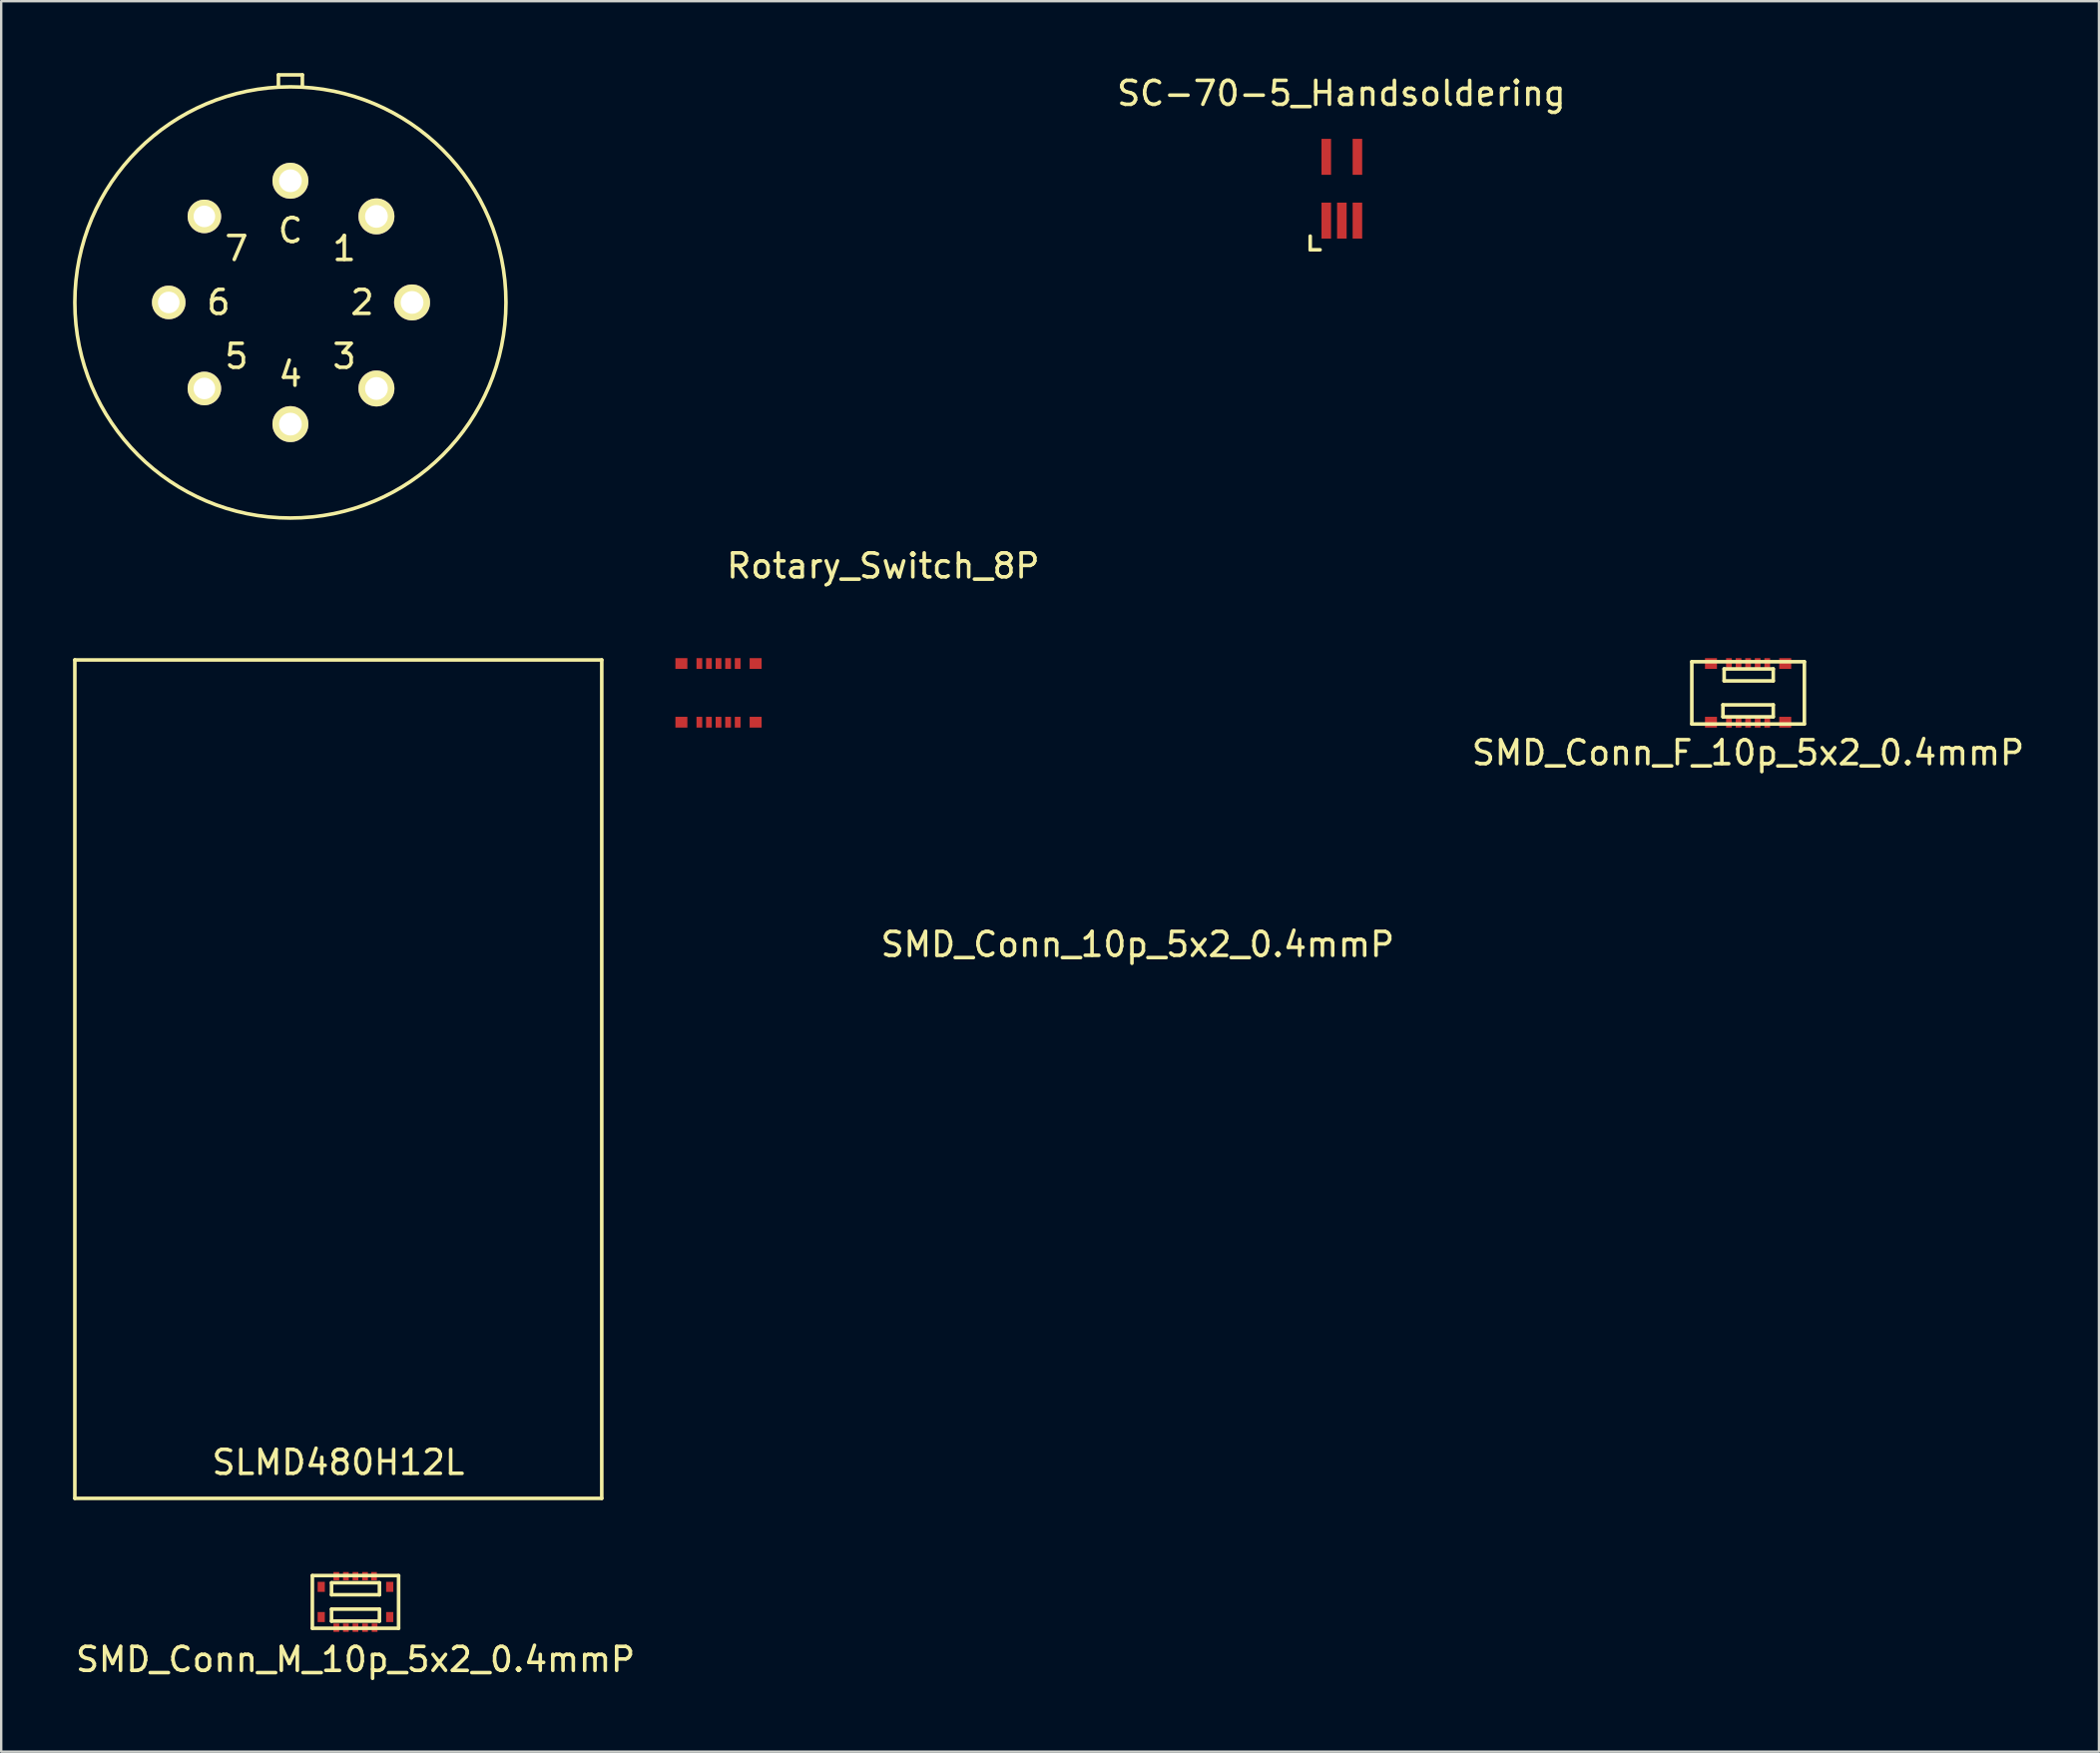
<source format=kicad_pcb>
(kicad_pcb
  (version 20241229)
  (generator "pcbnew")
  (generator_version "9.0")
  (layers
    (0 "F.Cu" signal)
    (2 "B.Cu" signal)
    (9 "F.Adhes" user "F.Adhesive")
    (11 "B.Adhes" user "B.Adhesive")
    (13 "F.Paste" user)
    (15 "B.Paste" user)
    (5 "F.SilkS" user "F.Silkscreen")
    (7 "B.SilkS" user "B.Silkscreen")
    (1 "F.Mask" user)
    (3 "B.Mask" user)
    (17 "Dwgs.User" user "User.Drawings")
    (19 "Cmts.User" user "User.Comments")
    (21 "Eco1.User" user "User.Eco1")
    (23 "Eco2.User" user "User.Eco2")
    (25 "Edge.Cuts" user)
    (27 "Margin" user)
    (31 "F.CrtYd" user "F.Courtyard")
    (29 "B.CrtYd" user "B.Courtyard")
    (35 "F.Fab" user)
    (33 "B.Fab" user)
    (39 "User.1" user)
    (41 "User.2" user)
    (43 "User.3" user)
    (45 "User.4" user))
  (footprint "SMD_Conn_10p_5x2_0.4mmP"
    (layer "F.Cu")
    (at 26.95 25.873)
    (property "Reference" "SMD_Conn_10p_5x2_0.4mmP" (at 17.5 10.5 0) (layer "F.SilkS") (effects (font (size 1 1) (thickness 0.15))))
    (attr through_hole)
    (pad "1" smd rect (at -0.8 1.225) (size 0.24 0.45) (layers "F.Cu" "F.Mask" "F.Paste"))
    (pad "2" smd rect (at -0.8 -1.225) (size 0.24 0.45) (layers "F.Cu" "F.Mask" "F.Paste"))
    (pad "3" smd rect (at -0.4 1.225) (size 0.24 0.45) (layers "F.Cu" "F.Mask" "F.Paste"))
    (pad "4" smd rect (at -0.4 -1.225) (size 0.24 0.45) (layers "F.Cu" "F.Mask" "F.Paste"))
    (pad "5" smd rect (at 0 1.225) (size 0.24 0.45) (layers "F.Cu" "F.Mask" "F.Paste"))
    (pad "6" smd rect (at 0 -1.225) (size 0.24 0.45) (layers "F.Cu" "F.Mask" "F.Paste"))
    (pad "7" smd rect (at 0.4 1.225) (size 0.24 0.45) (layers "F.Cu" "F.Mask" "F.Paste"))
    (pad "8" smd rect (at 0.4 -1.225) (size 0.24 0.45) (layers "F.Cu" "F.Mask" "F.Paste"))
    (pad "9" smd rect (at 0.8 1.225) (size 0.24 0.45) (layers "F.Cu" "F.Mask" "F.Paste"))
    (pad "10" smd rect (at 0.8 -1.225) (size 0.24 0.45) (layers "F.Cu" "F.Mask" "F.Paste"))
    (pad "11" smd rect (at -1.55 -1.225) (size 0.5 0.45) (layers "F.Cu" "F.Mask" "F.Paste"))
    (pad "11" smd rect (at 1.55 1.225) (size 0.5 0.45) (layers "F.Cu" "F.Mask" "F.Paste"))
    (pad "12" smd rect (at -1.55 1.225) (size 0.5 0.45) (layers "F.Cu" "F.Mask" "F.Paste"))
    (pad "12" smd rect (at 1.55 -1.225) (size 0.5 0.45) (layers "F.Cu" "F.Mask" "F.Paste")))
  (footprint "SLMD480H12L"
    (layer "F.Cu")
    (at 11.075 41.998)
    (property "Reference" "SLMD480H12L" (at 0 16 0) (layer "F.SilkS") (effects (font (size 1 1) (thickness 0.15))))
    (attr through_hole)
    (fp_line (start -11 -17.5) (end 11 -17.5) (stroke (width 0.15) (type solid)) (layer "F.SilkS"))
    (fp_line (start -11 17.5) (end -11 -17.5) (stroke (width 0.15) (type solid)) (layer "F.SilkS"))
    (fp_line (start 11 -17.5) (end 11 17.5) (stroke (width 0.15) (type solid)) (layer "F.SilkS"))
    (fp_line (start 11 17.5) (end -11 17.5) (stroke (width 0.15) (type solid)) (layer "F.SilkS")))
  (footprint "SC-70-5_Handsoldering"
    (layer "F.Cu")
    (at 52.976 4.828)
    (property "Reference" "SC-70-5_Handsoldering" (at -0.02 -3.98 0) (layer "F.SilkS") (effects (font (size 1 1) (thickness 0.15))))
    (attr smd)
    (fp_line (start -1.321 1.979) (end -1.321 2.548) (stroke (width 0.15) (type solid)) (layer "F.SilkS"))
    (fp_line (start -1.321 2.548) (end -0.909 2.548) (stroke (width 0.15) (type solid)) (layer "F.SilkS"))
    (pad "1" smd rect (at -0.65 1.331) (size 0.399 1.501) (layers "F.Cu" "F.Mask" "F.Paste"))
    (pad "2" smd rect (at 0 1.331) (size 0.399 1.501) (layers "F.Cu" "F.Mask" "F.Paste"))
    (pad "3" smd rect (at 0.65 1.331) (size 0.399 1.501) (layers "F.Cu" "F.Mask" "F.Paste"))
    (pad "4" smd rect (at 0.65 -1.331) (size 0.399 1.501) (layers "F.Cu" "F.Mask" "F.Paste"))
    (pad "5" smd rect (at -0.65 -1.331) (size 0.399 1.501) (layers "F.Cu" "F.Mask" "F.Paste")))
  (footprint "SMD_Conn_F_10p_5x2_0.4mmP"
    (layer "F.Cu")
    (at 69.938 25.873)
    (property "Reference" "SMD_Conn_F_10p_5x2_0.4mmP" (at 0 2.5 0) (layer "F.SilkS") (effects (font (size 1 1) (thickness 0.15))))
    (attr through_hole)
    (fp_line (start -2.35 -1.3) (end -2.35 1.3) (stroke (width 0.15) (type solid)) (layer "F.SilkS"))
    (fp_line (start -2.35 1.3) (end 2.35 1.3) (stroke (width 0.15) (type solid)) (layer "F.SilkS"))
    (fp_line (start -1.05 0.5) (end 1.05 0.5) (stroke (width 0.15) (type solid)) (layer "F.SilkS"))
    (fp_line (start -1.05 1) (end -1.05 0.5) (stroke (width 0.15) (type solid)) (layer "F.SilkS"))
    (fp_line (start -1 -1) (end -1 -0.5) (stroke (width 0.15) (type solid)) (layer "F.SilkS"))
    (fp_line (start -1 -0.5) (end 1.05 -0.5) (stroke (width 0.15) (type solid)) (layer "F.SilkS"))
    (fp_line (start 1.05 -1) (end -1 -1) (stroke (width 0.15) (type solid)) (layer "F.SilkS"))
    (fp_line (start 1.05 -0.5) (end 1.05 -1) (stroke (width 0.15) (type solid)) (layer "F.SilkS"))
    (fp_line (start 1.05 0.5) (end 1.05 1) (stroke (width 0.15) (type solid)) (layer "F.SilkS"))
    (fp_line (start 1.05 1) (end -1.05 1) (stroke (width 0.15) (type solid)) (layer "F.SilkS"))
    (fp_line (start 2.35 -1.3) (end -2.35 -1.3) (stroke (width 0.15) (type solid)) (layer "F.SilkS"))
    (fp_line (start 2.35 1.3) (end 2.35 -1.3) (stroke (width 0.15) (type solid)) (layer "F.SilkS"))
    (pad "1" smd rect (at -0.8 1.225) (size 0.24 0.45) (layers "F.Cu" "F.Mask" "F.Paste"))
    (pad "2" smd rect (at -0.8 -1.225) (size 0.24 0.45) (layers "F.Cu" "F.Mask" "F.Paste"))
    (pad "3" smd rect (at -0.4 1.225) (size 0.24 0.45) (layers "F.Cu" "F.Mask" "F.Paste"))
    (pad "4" smd rect (at -0.4 -1.225) (size 0.24 0.45) (layers "F.Cu" "F.Mask" "F.Paste"))
    (pad "5" smd rect (at 0 1.225) (size 0.24 0.45) (layers "F.Cu" "F.Mask" "F.Paste"))
    (pad "6" smd rect (at 0 -1.225) (size 0.24 0.45) (layers "F.Cu" "F.Mask" "F.Paste"))
    (pad "7" smd rect (at 0.4 1.225) (size 0.24 0.45) (layers "F.Cu" "F.Mask" "F.Paste"))
    (pad "8" smd rect (at 0.4 -1.225) (size 0.24 0.45) (layers "F.Cu" "F.Mask" "F.Paste"))
    (pad "9" smd rect (at 0.8 1.225) (size 0.24 0.45) (layers "F.Cu" "F.Mask" "F.Paste"))
    (pad "10" smd rect (at 0.8 -1.225) (size 0.24 0.45) (layers "F.Cu" "F.Mask" "F.Paste"))
    (pad "11" smd rect (at -1.55 -1.225) (size 0.5 0.45) (layers "F.Cu" "F.Mask" "F.Paste"))
    (pad "11" smd rect (at 1.55 1.225) (size 0.5 0.45) (layers "F.Cu" "F.Mask" "F.Paste"))
    (pad "12" smd rect (at -1.55 1.225) (size 0.5 0.45) (layers "F.Cu" "F.Mask" "F.Paste"))
    (pad "12" smd rect (at 1.55 -1.225) (size 0.5 0.45) (layers "F.Cu" "F.Mask" "F.Paste")))
  (footprint "Rotary_Switch_8P"
    (layer "F.Cu")
    (at 9.075 9.575)
    (property "Reference" "Rotary_Switch_8P" (at 24.75 11 0) (layer "F.SilkS") (effects (font (size 1 1) (thickness 0.15))))
    (attr through_hole)
    (fp_line (start -0.5 -9.5) (end 0.5 -9.5) (stroke (width 0.15) (type solid)) (layer "F.SilkS"))
    (fp_line (start -0.5 -9) (end -0.5 -9.5) (stroke (width 0.15) (type solid)) (layer "F.SilkS"))
    (fp_line (start 0.5 -9.5) (end 0.5 -9) (stroke (width 0.15) (type solid)) (layer "F.SilkS"))
    (fp_circle (center 0 0) (end 9 0) (stroke (width 0.15) (type solid)) (fill no) (layer "F.SilkS"))
    (fp_text user "2" (at 3 0 0) (layer "F.SilkS") (effects (font (size 1 1) (thickness 0.15))))
    (fp_text user "5" (at -2.25 2.25 0) (layer "F.SilkS") (effects (font (size 1 1) (thickness 0.15))))
    (fp_text user "C" (at 0 -3 0) (layer "F.SilkS") (effects (font (size 1 1) (thickness 0.15))))
    (fp_text user "7" (at -2.25 -2.25 0) (layer "F.SilkS") (effects (font (size 1 1) (thickness 0.15))))
    (fp_text user "4" (at 0 3 0) (layer "F.SilkS") (effects (font (size 1 1) (thickness 0.15))))
    (fp_text user "6" (at -3 0 0) (layer "F.SilkS") (effects (font (size 1 1) (thickness 0.15))))
    (fp_text user "1" (at 2.25 -2.25 0) (layer "F.SilkS") (effects (font (size 1 1) (thickness 0.15))))
    (fp_text user "3" (at 2.25 2.25 0) (layer "F.SilkS") (effects (font (size 1 1) (thickness 0.15))))
    (pad "1" thru_hole circle (at 3.592 -3.592) (size 1.5 1.5) (drill 0.95) (layers "*.Cu" "*.Mask" "F.SilkS"))
    (pad "2" thru_hole circle (at 5.08 0) (size 1.5 1.5) (drill 0.95) (layers "*.Cu" "*.Mask" "F.SilkS"))
    (pad "3" thru_hole circle (at 3.592 3.592) (size 1.5 1.5) (drill 0.95) (layers "*.Cu" "*.Mask" "F.SilkS"))
    (pad "4" thru_hole circle (at 0 5.08) (size 1.5 1.5) (drill 0.95) (layers "*.Cu" "*.Mask" "F.SilkS"))
    (pad "5" thru_hole circle (at -3.592 3.592) (size 1.4 1.4) (drill 0.9) (layers "*.Cu" "*.Mask" "F.SilkS"))
    (pad "6" thru_hole circle (at -5.08 0) (size 1.4 1.4) (drill 0.9) (layers "*.Cu" "*.Mask" "F.SilkS"))
    (pad "7" thru_hole circle (at -3.592 -3.592) (size 1.4 1.4) (drill 0.9) (layers "*.Cu" "*.Mask" "F.SilkS"))
    (pad "8" thru_hole circle (at 0 -5.08) (size 1.5 1.5) (drill 0.95) (layers "*.Cu" "*.Mask" "F.SilkS")))
  (footprint "SMD_Conn_M_10p_5x2_0.4mmP"
    (layer "F.Cu")
    (at 11.792 63.823)
    (property "Reference" "SMD_Conn_M_10p_5x2_0.4mmP" (at 0 2.4 0) (layer "F.SilkS") (effects (font (size 1 1) (thickness 0.15))))
    (attr through_hole)
    (fp_line (start -1.8 -1.1) (end -1.8 1.1) (stroke (width 0.15) (type solid)) (layer "F.SilkS"))
    (fp_line (start -1.8 1.1) (end 1.8 1.1) (stroke (width 0.15) (type solid)) (layer "F.SilkS"))
    (fp_line (start -1 -0.8) (end 1 -0.8) (stroke (width 0.15) (type solid)) (layer "F.SilkS"))
    (fp_line (start -1 -0.3) (end -1 -0.8) (stroke (width 0.15) (type solid)) (layer "F.SilkS"))
    (fp_line (start -1 0.3) (end -1 0.8) (stroke (width 0.15) (type solid)) (layer "F.SilkS"))
    (fp_line (start -1 0.8) (end 1 0.8) (stroke (width 0.15) (type solid)) (layer "F.SilkS"))
    (fp_line (start 1 -0.8) (end 1 -0.3) (stroke (width 0.15) (type solid)) (layer "F.SilkS"))
    (fp_line (start 1 -0.3) (end -1 -0.3) (stroke (width 0.15) (type solid)) (layer "F.SilkS"))
    (fp_line (start 1 0.3) (end -1 0.3) (stroke (width 0.15) (type solid)) (layer "F.SilkS"))
    (fp_line (start 1 0.8) (end 1 0.3) (stroke (width 0.15) (type solid)) (layer "F.SilkS"))
    (fp_line (start 1.8 -1.1) (end -1.8 -1.1) (stroke (width 0.15) (type solid)) (layer "F.SilkS"))
    (fp_line (start 1.8 1.1) (end 1.8 -1.1) (stroke (width 0.15) (type solid)) (layer "F.SilkS"))
    (pad "1" smd rect (at -0.8 1.075) (size 0.24 0.35) (layers "F.Cu" "F.Mask" "F.Paste"))
    (pad "2" smd rect (at -0.8 -1.075) (size 0.24 0.35) (layers "F.Cu" "F.Mask" "F.Paste"))
    (pad "3" smd rect (at -0.4 1.075) (size 0.24 0.35) (layers "F.Cu" "F.Mask" "F.Paste"))
    (pad "4" smd rect (at -0.4 -1.075) (size 0.24 0.35) (layers "F.Cu" "F.Mask" "F.Paste"))
    (pad "5" smd rect (at 0 1.075) (size 0.24 0.35) (layers "F.Cu" "F.Mask" "F.Paste"))
    (pad "6" smd rect (at 0 -1.075) (size 0.24 0.35) (layers "F.Cu" "F.Mask" "F.Paste"))
    (pad "7" smd rect (at 0.4 1.075) (size 0.24 0.35) (layers "F.Cu" "F.Mask" "F.Paste"))
    (pad "8" smd rect (at 0.4 -1.075) (size 0.24 0.35) (layers "F.Cu" "F.Mask" "F.Paste"))
    (pad "9" smd rect (at 0.8 1.075) (size 0.24 0.35) (layers "F.Cu" "F.Mask" "F.Paste"))
    (pad "10" smd rect (at 0.775 -1.075) (size 0.24 0.35) (layers "F.Cu" "F.Mask" "F.Paste"))
    (pad "11" smd rect (at -1.43 0.63) (size 0.3 0.42) (layers "F.Cu" "F.Mask" "F.Paste"))
    (pad "11" smd rect (at 1.43 -0.63) (size 0.3 0.42) (layers "F.Cu" "F.Mask" "F.Paste"))
    (pad "12" smd rect (at -1.43 -0.63) (size 0.3 0.42) (layers "F.Cu" "F.Mask" "F.Paste"))
    (pad "12" smd rect (at 1.43 0.63) (size 0.3 0.42) (layers "F.Cu" "F.Mask" "F.Paste")))
  (gr_rect
    (start -3 -3)
    (end 84.587 70.072)
    (stroke (width 0.1) (type default))
    (fill no)
    (layer "Edge.Cuts")))
</source>
